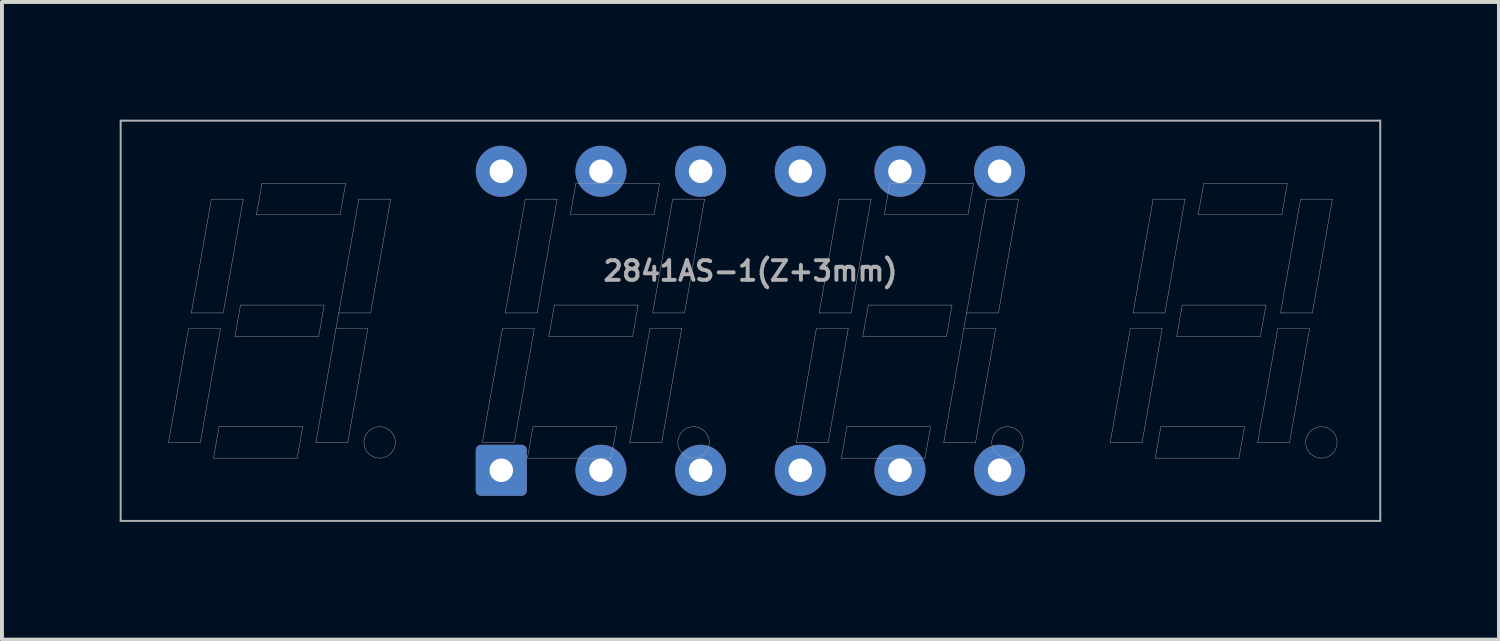
<source format=kicad_pcb>
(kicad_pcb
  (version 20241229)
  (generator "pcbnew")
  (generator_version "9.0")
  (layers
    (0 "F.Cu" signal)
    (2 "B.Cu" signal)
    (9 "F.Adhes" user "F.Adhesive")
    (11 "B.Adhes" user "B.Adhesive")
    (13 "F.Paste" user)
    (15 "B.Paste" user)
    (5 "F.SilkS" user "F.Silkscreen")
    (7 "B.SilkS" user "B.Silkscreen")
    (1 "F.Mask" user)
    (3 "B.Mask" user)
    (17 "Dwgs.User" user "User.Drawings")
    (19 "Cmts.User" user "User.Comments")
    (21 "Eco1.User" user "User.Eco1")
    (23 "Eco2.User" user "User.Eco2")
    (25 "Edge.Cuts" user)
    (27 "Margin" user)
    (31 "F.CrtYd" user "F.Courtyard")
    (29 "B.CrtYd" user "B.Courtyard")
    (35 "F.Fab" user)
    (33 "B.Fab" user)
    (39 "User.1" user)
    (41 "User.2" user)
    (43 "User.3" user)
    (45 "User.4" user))
  (footprint "2841AS-1(Z+3mm)"
    (layer "F.Cu")
    (at 16.075 5.125)
    (property "Reference" "2841AS-1(Z+3mm)" (at 0 -1.27 0) (layer "F.Fab") (effects (font (size 0.5 0.5) (thickness 0.1))))
    (attr through_hole)
    (fp_line (start -16.05 -5.1) (end -16.05 5.1) (stroke (width 0.05) (type solid)) (layer "F.Fab"))
    (fp_line (start -16.05 -5.1) (end 16.05 -5.1) (stroke (width 0.05) (type solid)) (layer "F.Fab"))
    (fp_line (start -16.05 5.1) (end 16.05 5.1) (stroke (width 0.05) (type solid)) (layer "F.Fab"))
    (fp_line (start -14.831 3.1) (end -14.32 0.2) (stroke (width 0.01) (type solid)) (layer "F.Fab"))
    (fp_line (start -14.32 0.2) (end -13.508 0.2) (stroke (width 0.01) (type solid)) (layer "F.Fab"))
    (fp_line (start -14.249 -0.2) (end -13.738 -3.1) (stroke (width 0.01) (type solid)) (layer "F.Fab"))
    (fp_line (start -14.019 3.1) (end -14.831 3.1) (stroke (width 0.01) (type solid)) (layer "F.Fab"))
    (fp_line (start -13.738 -3.1) (end -12.926 -3.1) (stroke (width 0.01) (type solid)) (layer "F.Fab"))
    (fp_line (start -13.683 3.5) (end -13.542 2.7) (stroke (width 0.01) (type solid)) (layer "F.Fab"))
    (fp_line (start -13.542 2.7) (end -11.41 2.7) (stroke (width 0.01) (type solid)) (layer "F.Fab"))
    (fp_line (start -13.508 0.2) (end -14.019 3.1) (stroke (width 0.01) (type solid)) (layer "F.Fab"))
    (fp_line (start -13.437 -0.2) (end -14.249 -0.2) (stroke (width 0.01) (type solid)) (layer "F.Fab"))
    (fp_line (start -13.137 0.4) (end -12.996 -0.4) (stroke (width 0.01) (type solid)) (layer "F.Fab"))
    (fp_line (start -12.996 -0.4) (end -10.863 -0.4) (stroke (width 0.01) (type solid)) (layer "F.Fab"))
    (fp_line (start -12.926 -3.1) (end -13.437 -0.2) (stroke (width 0.01) (type solid)) (layer "F.Fab"))
    (fp_line (start -12.59 -2.7) (end -10.458 -2.7) (stroke (width 0.01) (type solid)) (layer "F.Fab"))
    (fp_line (start -12.449 -3.5) (end -12.59 -2.7) (stroke (width 0.01) (type solid)) (layer "F.Fab"))
    (fp_line (start -11.551 3.5) (end -13.683 3.5) (stroke (width 0.01) (type solid)) (layer "F.Fab"))
    (fp_line (start -11.41 2.7) (end -11.551 3.5) (stroke (width 0.01) (type solid)) (layer "F.Fab"))
    (fp_line (start -11.074 3.1) (end -10.563 0.2) (stroke (width 0.01) (type solid)) (layer "F.Fab"))
    (fp_line (start -11.004 0.4) (end -13.137 0.4) (stroke (width 0.01) (type solid)) (layer "F.Fab"))
    (fp_line (start -10.863 -0.4) (end -11.004 0.4) (stroke (width 0.01) (type solid)) (layer "F.Fab"))
    (fp_line (start -10.563 0.2) (end -9.751 0.2) (stroke (width 0.01) (type solid)) (layer "F.Fab"))
    (fp_line (start -10.492 -0.2) (end -10.563 0.2) (stroke (width 0.01) (type solid)) (layer "F.Fab"))
    (fp_line (start -10.492 -0.2) (end -9.981 -3.1) (stroke (width 0.01) (type solid)) (layer "F.Fab"))
    (fp_line (start -10.458 -2.7) (end -10.317 -3.5) (stroke (width 0.01) (type solid)) (layer "F.Fab"))
    (fp_line (start -10.317 -3.5) (end -12.449 -3.5) (stroke (width 0.01) (type solid)) (layer "F.Fab"))
    (fp_line (start -10.262 3.1) (end -11.074 3.1) (stroke (width 0.01) (type solid)) (layer "F.Fab"))
    (fp_line (start -9.981 -3.1) (end -9.169 -3.1) (stroke (width 0.01) (type solid)) (layer "F.Fab"))
    (fp_line (start -9.751 0.2) (end -10.262 3.1) (stroke (width 0.01) (type solid)) (layer "F.Fab"))
    (fp_line (start -9.68 -0.2) (end -10.492 -0.2) (stroke (width 0.01) (type solid)) (layer "F.Fab"))
    (fp_line (start -9.169 -3.1) (end -9.68 -0.2) (stroke (width 0.01) (type solid)) (layer "F.Fab"))
    (fp_line (start -6.831 3.1) (end -6.32 0.2) (stroke (width 0.01) (type solid)) (layer "F.Fab"))
    (fp_line (start -6.32 0.2) (end -5.508 0.2) (stroke (width 0.01) (type solid)) (layer "F.Fab"))
    (fp_line (start -6.249 -0.2) (end -5.738 -3.1) (stroke (width 0.01) (type solid)) (layer "F.Fab"))
    (fp_line (start -6.019 3.1) (end -6.831 3.1) (stroke (width 0.01) (type solid)) (layer "F.Fab"))
    (fp_line (start -5.738 -3.1) (end -4.926 -3.1) (stroke (width 0.01) (type solid)) (layer "F.Fab"))
    (fp_line (start -5.683 3.5) (end -5.542 2.7) (stroke (width 0.01) (type solid)) (layer "F.Fab"))
    (fp_line (start -5.542 2.7) (end -3.41 2.7) (stroke (width 0.01) (type solid)) (layer "F.Fab"))
    (fp_line (start -5.508 0.2) (end -6.019 3.1) (stroke (width 0.01) (type solid)) (layer "F.Fab"))
    (fp_line (start -5.437 -0.2) (end -6.249 -0.2) (stroke (width 0.01) (type solid)) (layer "F.Fab"))
    (fp_line (start -5.137 0.4) (end -4.996 -0.4) (stroke (width 0.01) (type solid)) (layer "F.Fab"))
    (fp_line (start -4.996 -0.4) (end -2.863 -0.4) (stroke (width 0.01) (type solid)) (layer "F.Fab"))
    (fp_line (start -4.926 -3.1) (end -5.437 -0.2) (stroke (width 0.01) (type solid)) (layer "F.Fab"))
    (fp_line (start -4.59 -2.7) (end -2.458 -2.7) (stroke (width 0.01) (type solid)) (layer "F.Fab"))
    (fp_line (start -4.449 -3.5) (end -4.59 -2.7) (stroke (width 0.01) (type solid)) (layer "F.Fab"))
    (fp_line (start -3.551 3.5) (end -5.683 3.5) (stroke (width 0.01) (type solid)) (layer "F.Fab"))
    (fp_line (start -3.41 2.7) (end -3.551 3.5) (stroke (width 0.01) (type solid)) (layer "F.Fab"))
    (fp_line (start -3.074 3.1) (end -2.563 0.2) (stroke (width 0.01) (type solid)) (layer "F.Fab"))
    (fp_line (start -3.004 0.4) (end -5.137 0.4) (stroke (width 0.01) (type solid)) (layer "F.Fab"))
    (fp_line (start -2.863 -0.4) (end -3.004 0.4) (stroke (width 0.01) (type solid)) (layer "F.Fab"))
    (fp_line (start -2.563 0.2) (end -1.751 0.2) (stroke (width 0.01) (type solid)) (layer "F.Fab"))
    (fp_line (start -2.492 -0.2) (end -1.981 -3.1) (stroke (width 0.01) (type solid)) (layer "F.Fab"))
    (fp_line (start -2.458 -2.7) (end -2.317 -3.5) (stroke (width 0.01) (type solid)) (layer "F.Fab"))
    (fp_line (start -2.317 -3.5) (end -4.449 -3.5) (stroke (width 0.01) (type solid)) (layer "F.Fab"))
    (fp_line (start -2.262 3.1) (end -3.074 3.1) (stroke (width 0.01) (type solid)) (layer "F.Fab"))
    (fp_line (start -1.981 -3.1) (end -1.169 -3.1) (stroke (width 0.01) (type solid)) (layer "F.Fab"))
    (fp_line (start -1.751 0.2) (end -2.262 3.1) (stroke (width 0.01) (type solid)) (layer "F.Fab"))
    (fp_line (start -1.68 -0.2) (end -2.492 -0.2) (stroke (width 0.01) (type solid)) (layer "F.Fab"))
    (fp_line (start -1.169 -3.1) (end -1.68 -0.2) (stroke (width 0.01) (type solid)) (layer "F.Fab"))
    (fp_line (start 1.169 3.1) (end 1.68 0.2) (stroke (width 0.01) (type solid)) (layer "F.Fab"))
    (fp_line (start 1.68 0.2) (end 2.492 0.2) (stroke (width 0.01) (type solid)) (layer "F.Fab"))
    (fp_line (start 1.751 -0.2) (end 2.262 -3.1) (stroke (width 0.01) (type solid)) (layer "F.Fab"))
    (fp_line (start 1.981 3.1) (end 1.169 3.1) (stroke (width 0.01) (type solid)) (layer "F.Fab"))
    (fp_line (start 2.262 -3.1) (end 3.074 -3.1) (stroke (width 0.01) (type solid)) (layer "F.Fab"))
    (fp_line (start 2.317 3.5) (end 2.458 2.7) (stroke (width 0.01) (type solid)) (layer "F.Fab"))
    (fp_line (start 2.458 2.7) (end 4.59 2.7) (stroke (width 0.01) (type solid)) (layer "F.Fab"))
    (fp_line (start 2.492 0.2) (end 1.981 3.1) (stroke (width 0.01) (type solid)) (layer "F.Fab"))
    (fp_line (start 2.563 -0.2) (end 1.751 -0.2) (stroke (width 0.01) (type solid)) (layer "F.Fab"))
    (fp_line (start 2.863 0.4) (end 3.004 -0.4) (stroke (width 0.01) (type solid)) (layer "F.Fab"))
    (fp_line (start 3.004 -0.4) (end 5.137 -0.4) (stroke (width 0.01) (type solid)) (layer "F.Fab"))
    (fp_line (start 3.074 -3.1) (end 2.563 -0.2) (stroke (width 0.01) (type solid)) (layer "F.Fab"))
    (fp_line (start 3.41 -2.7) (end 5.542 -2.7) (stroke (width 0.01) (type solid)) (layer "F.Fab"))
    (fp_line (start 3.551 -3.5) (end 3.41 -2.7) (stroke (width 0.01) (type solid)) (layer "F.Fab"))
    (fp_line (start 4.449 3.5) (end 2.317 3.5) (stroke (width 0.01) (type solid)) (layer "F.Fab"))
    (fp_line (start 4.59 2.7) (end 4.449 3.5) (stroke (width 0.01) (type solid)) (layer "F.Fab"))
    (fp_line (start 4.926 3.1) (end 5.437 0.2) (stroke (width 0.01) (type solid)) (layer "F.Fab"))
    (fp_line (start 4.996 0.4) (end 2.863 0.4) (stroke (width 0.01) (type solid)) (layer "F.Fab"))
    (fp_line (start 5.137 -0.4) (end 4.996 0.4) (stroke (width 0.01) (type solid)) (layer "F.Fab"))
    (fp_line (start 5.437 0.2) (end 6.249 0.2) (stroke (width 0.01) (type solid)) (layer "F.Fab"))
    (fp_line (start 5.508 -0.2) (end 5.437 0.2) (stroke (width 0.01) (type solid)) (layer "F.Fab"))
    (fp_line (start 5.508 -0.2) (end 6.019 -3.1) (stroke (width 0.01) (type solid)) (layer "F.Fab"))
    (fp_line (start 5.542 -2.7) (end 5.683 -3.5) (stroke (width 0.01) (type solid)) (layer "F.Fab"))
    (fp_line (start 5.683 -3.5) (end 3.551 -3.5) (stroke (width 0.01) (type solid)) (layer "F.Fab"))
    (fp_line (start 5.738 3.1) (end 4.926 3.1) (stroke (width 0.01) (type solid)) (layer "F.Fab"))
    (fp_line (start 6.019 -3.1) (end 6.831 -3.1) (stroke (width 0.01) (type solid)) (layer "F.Fab"))
    (fp_line (start 6.249 0.2) (end 5.738 3.1) (stroke (width 0.01) (type solid)) (layer "F.Fab"))
    (fp_line (start 6.32 -0.2) (end 5.508 -0.2) (stroke (width 0.01) (type solid)) (layer "F.Fab"))
    (fp_line (start 6.831 -3.1) (end 6.32 -0.2) (stroke (width 0.01) (type solid)) (layer "F.Fab"))
    (fp_line (start 9.169 3.1) (end 9.68 0.2) (stroke (width 0.01) (type solid)) (layer "F.Fab"))
    (fp_line (start 9.68 0.2) (end 10.492 0.2) (stroke (width 0.01) (type solid)) (layer "F.Fab"))
    (fp_line (start 9.751 -0.2) (end 10.262 -3.1) (stroke (width 0.01) (type solid)) (layer "F.Fab"))
    (fp_line (start 9.981 3.1) (end 9.169 3.1) (stroke (width 0.01) (type solid)) (layer "F.Fab"))
    (fp_line (start 10.262 -3.1) (end 11.074 -3.1) (stroke (width 0.01) (type solid)) (layer "F.Fab"))
    (fp_line (start 10.317 3.5) (end 10.458 2.7) (stroke (width 0.01) (type solid)) (layer "F.Fab"))
    (fp_line (start 10.458 2.7) (end 12.59 2.7) (stroke (width 0.01) (type solid)) (layer "F.Fab"))
    (fp_line (start 10.492 0.2) (end 9.981 3.1) (stroke (width 0.01) (type solid)) (layer "F.Fab"))
    (fp_line (start 10.563 -0.2) (end 9.751 -0.2) (stroke (width 0.01) (type solid)) (layer "F.Fab"))
    (fp_line (start 10.863 0.4) (end 11.004 -0.4) (stroke (width 0.01) (type solid)) (layer "F.Fab"))
    (fp_line (start 11.004 -0.4) (end 13.137 -0.4) (stroke (width 0.01) (type solid)) (layer "F.Fab"))
    (fp_line (start 11.074 -3.1) (end 10.563 -0.2) (stroke (width 0.01) (type solid)) (layer "F.Fab"))
    (fp_line (start 11.41 -2.7) (end 13.542 -2.7) (stroke (width 0.01) (type solid)) (layer "F.Fab"))
    (fp_line (start 11.551 -3.5) (end 11.41 -2.7) (stroke (width 0.01) (type solid)) (layer "F.Fab"))
    (fp_line (start 12.449 3.5) (end 10.317 3.5) (stroke (width 0.01) (type solid)) (layer "F.Fab"))
    (fp_line (start 12.59 2.7) (end 12.449 3.5) (stroke (width 0.01) (type solid)) (layer "F.Fab"))
    (fp_line (start 12.926 3.1) (end 13.437 0.2) (stroke (width 0.01) (type solid)) (layer "F.Fab"))
    (fp_line (start 12.996 0.4) (end 10.863 0.4) (stroke (width 0.01) (type solid)) (layer "F.Fab"))
    (fp_line (start 13.137 -0.4) (end 12.996 0.4) (stroke (width 0.01) (type solid)) (layer "F.Fab"))
    (fp_line (start 13.437 0.2) (end 14.249 0.2) (stroke (width 0.01) (type solid)) (layer "F.Fab"))
    (fp_line (start 13.508 -0.2) (end 14.019 -3.1) (stroke (width 0.01) (type solid)) (layer "F.Fab"))
    (fp_line (start 13.542 -2.7) (end 13.683 -3.5) (stroke (width 0.01) (type solid)) (layer "F.Fab"))
    (fp_line (start 13.683 -3.5) (end 11.551 -3.5) (stroke (width 0.01) (type solid)) (layer "F.Fab"))
    (fp_line (start 13.738 3.1) (end 12.926 3.1) (stroke (width 0.01) (type solid)) (layer "F.Fab"))
    (fp_line (start 14.019 -3.1) (end 14.831 -3.1) (stroke (width 0.01) (type solid)) (layer "F.Fab"))
    (fp_line (start 14.249 0.2) (end 13.738 3.1) (stroke (width 0.01) (type solid)) (layer "F.Fab"))
    (fp_line (start 14.32 -0.2) (end 13.508 -0.2) (stroke (width 0.01) (type solid)) (layer "F.Fab"))
    (fp_line (start 14.831 -3.1) (end 14.32 -0.2) (stroke (width 0.01) (type solid)) (layer "F.Fab"))
    (fp_line (start 16.05 -5.1) (end 16.05 5.1) (stroke (width 0.05) (type solid)) (layer "F.Fab"))
    (fp_circle (center -9.45 3.1) (end -9.05 3.1) (stroke (width 0.01) (type solid)) (fill no) (layer "F.Fab"))
    (fp_circle (center -1.45 3.1) (end -1.05 3.1) (stroke (width 0.01) (type solid)) (fill no) (layer "F.Fab"))
    (fp_circle (center 6.55 3.1) (end 6.95 3.1) (stroke (width 0.01) (type solid)) (fill no) (layer "F.Fab"))
    (fp_circle (center 14.55 3.1) (end 14.95 3.1) (stroke (width 0.01) (type solid)) (fill no) (layer "F.Fab"))
    (pad "1" thru_hole roundrect (at -6.35 3.81) (size 1.3 1.3) (drill 0.6) (layers "*.Cu" "*.Mask") (roundrect_rratio 0.1))
    (pad "2" thru_hole circle (at -3.81 3.81) (size 1.3 1.3) (drill 0.6) (layers "*.Cu" "*.Mask"))
    (pad "3" thru_hole circle (at -1.27 3.81) (size 1.3 1.3) (drill 0.6) (layers "*.Cu" "*.Mask"))
    (pad "4" thru_hole circle (at 1.27 3.81) (size 1.3 1.3) (drill 0.6) (layers "*.Cu" "*.Mask"))
    (pad "5" thru_hole circle (at 3.81 3.81) (size 1.3 1.3) (drill 0.6) (layers "*.Cu" "*.Mask"))
    (pad "6" thru_hole circle (at 6.35 3.81) (size 1.3 1.3) (drill 0.6) (layers "*.Cu" "*.Mask"))
    (pad "7" thru_hole circle (at 6.35 -3.81) (size 1.3 1.3) (drill 0.6) (layers "*.Cu" "*.Mask"))
    (pad "8" thru_hole circle (at 3.81 -3.81) (size 1.3 1.3) (drill 0.6) (layers "*.Cu" "*.Mask"))
    (pad "9" thru_hole circle (at 1.27 -3.81) (size 1.3 1.3) (drill 0.6) (layers "*.Cu" "*.Mask"))
    (pad "10" thru_hole circle (at -1.27 -3.81) (size 1.3 1.3) (drill 0.6) (layers "*.Cu" "*.Mask"))
    (pad "11" thru_hole circle (at -3.81 -3.81) (size 1.3 1.3) (drill 0.6) (layers "*.Cu" "*.Mask"))
    (pad "12" thru_hole circle (at -6.35 -3.81) (size 1.3 1.3) (drill 0.6) (layers "*.Cu" "*.Mask")))
  (gr_rect
    (start -3 -3)
    (end 35.15 13.25)
    (stroke (width 0.1) (type default))
    (fill no)
    (layer "Edge.Cuts")))
</source>
